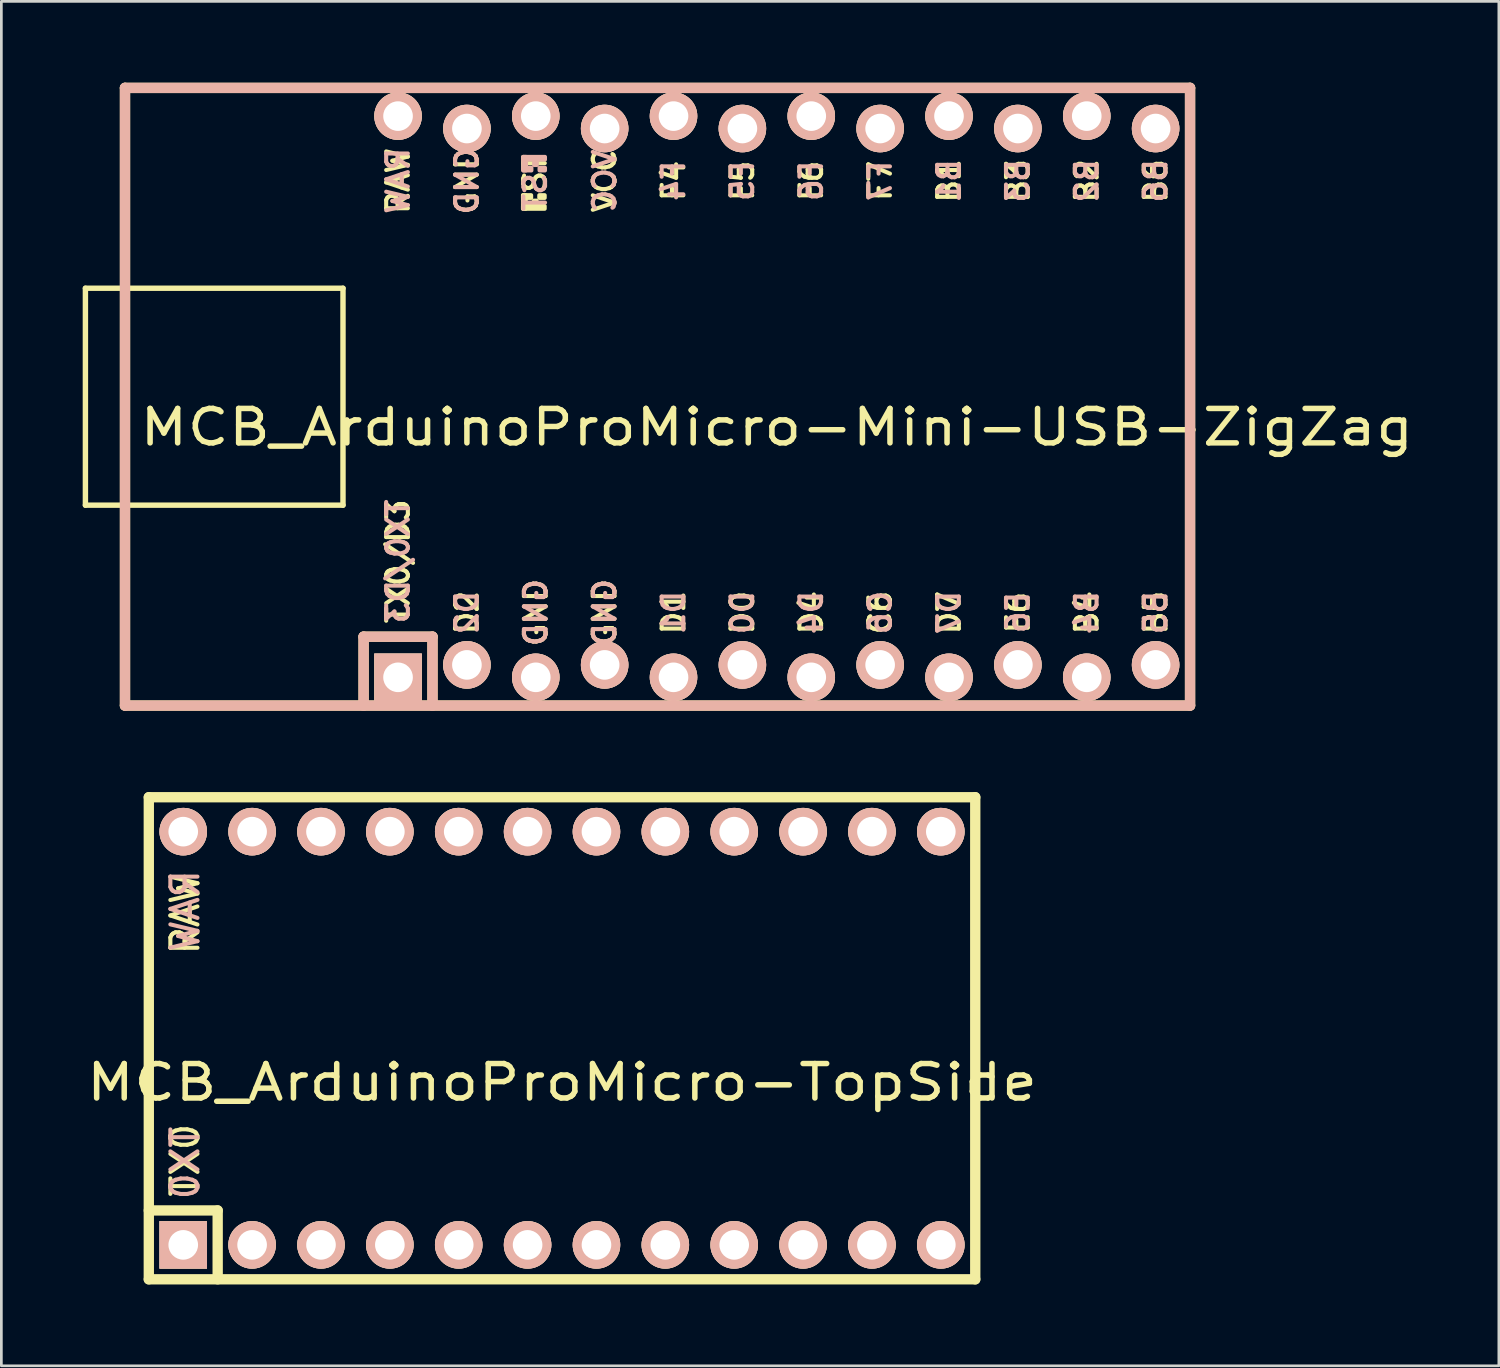
<source format=kicad_pcb>
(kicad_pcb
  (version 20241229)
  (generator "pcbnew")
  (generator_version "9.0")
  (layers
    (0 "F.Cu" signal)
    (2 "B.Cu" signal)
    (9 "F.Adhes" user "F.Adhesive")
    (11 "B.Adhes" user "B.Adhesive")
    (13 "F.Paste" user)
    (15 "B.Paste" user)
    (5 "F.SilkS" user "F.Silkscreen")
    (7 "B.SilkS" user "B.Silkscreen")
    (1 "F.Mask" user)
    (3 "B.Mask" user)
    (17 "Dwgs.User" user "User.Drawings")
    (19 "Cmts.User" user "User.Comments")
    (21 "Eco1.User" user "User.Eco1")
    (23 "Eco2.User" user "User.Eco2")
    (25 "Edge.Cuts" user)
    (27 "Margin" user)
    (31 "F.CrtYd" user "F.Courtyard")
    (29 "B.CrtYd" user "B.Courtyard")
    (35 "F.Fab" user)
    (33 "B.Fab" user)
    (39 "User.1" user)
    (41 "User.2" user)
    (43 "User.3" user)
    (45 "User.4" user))
  (footprint "MCB_ArduinoProMicro-Mini-USB-ZigZag"
    (layer "F.Cu")
    (at 25.6 11.581)
    (property "Reference" "MCB_ArduinoProMicro-Mini-USB-ZigZag" (at 0 1.125 0) (layer "F.SilkS") (effects (font (size 1.27 1.524) (thickness 0.203))))
    (attr through_hole)
    (fp_line (start -25.5 -4) (end -25.5 4) (stroke (width 0.2) (type solid)) (layer "F.SilkS"))
    (fp_line (start -25.5 4) (end -16 4) (stroke (width 0.2) (type solid)) (layer "F.SilkS"))
    (fp_line (start -24.04 -11.39) (end -24.04 11.39) (stroke (width 0.381) (type solid)) (layer "F.SilkS"))
    (fp_line (start -24.04 11.39) (end 15.24 11.39) (stroke (width 0.381) (type solid)) (layer "F.SilkS"))
    (fp_line (start -16 -4) (end -25.5 -4) (stroke (width 0.2) (type solid)) (layer "F.SilkS"))
    (fp_line (start -16 4) (end -16 -4) (stroke (width 0.2) (type solid)) (layer "F.SilkS"))
    (fp_line (start -15.24 8.85) (end -15.24 11.39) (stroke (width 0.381) (type solid)) (layer "F.SilkS"))
    (fp_line (start -15.24 8.85) (end -12.7 8.85) (stroke (width 0.381) (type solid)) (layer "F.SilkS"))
    (fp_line (start -12.7 8.85) (end -12.7 11.39) (stroke (width 0.381) (type solid)) (layer "F.SilkS"))
    (fp_line (start 15.24 -11.39) (end -24.04 -11.39) (stroke (width 0.381) (type solid)) (layer "F.SilkS"))
    (fp_line (start 15.24 11.39) (end 15.24 -11.39) (stroke (width 0.381) (type solid)) (layer "F.SilkS"))
    (fp_poly (pts (xy -9.361 -7.432) (xy -9.261 -7.432) (xy -9.261 -6.932) (xy -9.361 -6.932)) (stroke (width 0.15) (type solid)) (fill yes) (layer "F.SilkS"))
    (fp_poly (pts (xy -9.361 -7.432) (xy -9.061 -7.432) (xy -9.061 -7.332) (xy -9.361 -7.332)) (stroke (width 0.15) (type solid)) (fill yes) (layer "F.SilkS"))
    (fp_poly (pts (xy -9.361 -7.032) (xy -8.561 -7.032) (xy -8.561 -6.932) (xy -9.361 -6.932)) (stroke (width 0.15) (type solid)) (fill yes) (layer "F.SilkS"))
    (fp_poly (pts (xy -8.961 -7.232) (xy -8.861 -7.232) (xy -8.861 -7.132) (xy -8.961 -7.132)) (stroke (width 0.15) (type solid)) (fill yes) (layer "F.SilkS"))
    (fp_poly (pts (xy -8.761 -7.432) (xy -8.561 -7.432) (xy -8.561 -7.332) (xy -8.761 -7.332)) (stroke (width 0.15) (type solid)) (fill yes) (layer "F.SilkS"))
    (fp_line (start -24.04 -11.39) (end -24.04 11.39) (stroke (width 0.381) (type solid)) (layer "B.SilkS"))
    (fp_line (start -24.04 11.39) (end 15.24 11.39) (stroke (width 0.381) (type solid)) (layer "B.SilkS"))
    (fp_line (start -15.24 8.85) (end -15.24 11.39) (stroke (width 0.381) (type solid)) (layer "B.SilkS"))
    (fp_line (start -15.24 8.85) (end -12.7 8.85) (stroke (width 0.381) (type solid)) (layer "B.SilkS"))
    (fp_line (start -12.7 8.85) (end -12.7 11.39) (stroke (width 0.381) (type solid)) (layer "B.SilkS"))
    (fp_line (start 15.24 -11.39) (end -24.04 -11.39) (stroke (width 0.381) (type solid)) (layer "B.SilkS"))
    (fp_line (start 15.24 11.39) (end 15.24 -11.39) (stroke (width 0.381) (type solid)) (layer "B.SilkS"))
    (fp_poly (pts (xy -9.351 -8.745) (xy -8.551 -8.745) (xy -8.551 -8.845) (xy -9.351 -8.845)) (stroke (width 0.15) (type solid)) (fill yes) (layer "B.SilkS"))
    (fp_poly (pts (xy -9.351 -8.345) (xy -9.251 -8.345) (xy -9.251 -8.845) (xy -9.351 -8.845)) (stroke (width 0.15) (type solid)) (fill yes) (layer "B.SilkS"))
    (fp_poly (pts (xy -9.351 -8.345) (xy -9.051 -8.345) (xy -9.051 -8.445) (xy -9.351 -8.445)) (stroke (width 0.15) (type solid)) (fill yes) (layer "B.SilkS"))
    (fp_poly (pts (xy -8.951 -8.545) (xy -8.851 -8.545) (xy -8.851 -8.645) (xy -8.951 -8.645)) (stroke (width 0.15) (type solid)) (fill yes) (layer "B.SilkS"))
    (fp_poly (pts (xy -8.751 -8.345) (xy -8.551 -8.345) (xy -8.551 -8.445) (xy -8.751 -8.445)) (stroke (width 0.15) (type solid)) (fill yes) (layer "B.SilkS"))
    (fp_text user "B4" (at 11.43 7.961 90) (layer "F.SilkS") (effects (font (size 0.8 0.8) (thickness 0.15))))
    (fp_text user "GND" (at -11.43 -7.961 90) (layer "F.SilkS") (effects (font (size 0.8 0.8) (thickness 0.15))))
    (fp_text user "ST" (at -8.92 -8.233 90) (layer "F.SilkS") (effects (font (size 0.8 0.8) (thickness 0.15))))
    (fp_text user "B2" (at 11.43 -7.961 90) (layer "F.SilkS") (effects (font (size 0.8 0.8) (thickness 0.15))))
    (fp_text user "F6" (at 1.27 -7.961 90) (layer "F.SilkS") (effects (font (size 0.8 0.8) (thickness 0.15))))
    (fp_text user "B6" (at 13.97 -7.961 90) (layer "F.SilkS") (effects (font (size 0.8 0.8) (thickness 0.15))))
    (fp_text user "VCC" (at -6.35 -7.961 90) (layer "F.SilkS") (effects (font (size 0.8 0.8) (thickness 0.15))))
    (fp_text user "TX0/D3" (at -13.97 6.072 90) (layer "F.SilkS") (effects (font (size 0.8 0.8) (thickness 0.15))))
    (fp_text user "B5" (at 13.97 7.961 90) (layer "F.SilkS") (effects (font (size 0.8 0.8) (thickness 0.15))))
    (fp_text user "D4" (at 1.27 7.961 90) (layer "F.SilkS") (effects (font (size 0.8 0.8) (thickness 0.15))))
    (fp_text user "D1" (at -3.81 7.961 90) (layer "F.SilkS") (effects (font (size 0.8 0.8) (thickness 0.15))))
    (fp_text user "B1" (at 6.35 -7.961 90) (layer "F.SilkS") (effects (font (size 0.8 0.8) (thickness 0.15))))
    (fp_text user "GND" (at -6.35 7.961 90) (layer "F.SilkS") (effects (font (size 0.8 0.8) (thickness 0.15))))
    (fp_text user "RAW" (at -13.97 -7.961 90) (layer "F.SilkS") (effects (font (size 0.8 0.8) (thickness 0.15))))
    (fp_text user "C6" (at 3.81 7.961 90) (layer "F.SilkS") (effects (font (size 0.8 0.8) (thickness 0.15))))
    (fp_text user "GND" (at -8.89 7.961 90) (layer "F.SilkS") (effects (font (size 0.8 0.8) (thickness 0.15))))
    (fp_text user "F7" (at 3.81 -7.961 90) (layer "F.SilkS") (effects (font (size 0.8 0.8) (thickness 0.15))))
    (fp_text user "F4" (at -3.81 -7.961 90) (layer "F.SilkS") (effects (font (size 0.8 0.8) (thickness 0.15))))
    (fp_text user "D0" (at -1.27 7.961 90) (layer "F.SilkS") (effects (font (size 0.8 0.8) (thickness 0.15))))
    (fp_text user "F5" (at -1.27 -7.961 90) (layer "F.SilkS") (effects (font (size 0.8 0.8) (thickness 0.15))))
    (fp_text user "D2" (at -11.43 7.961 90) (layer "F.SilkS") (effects (font (size 0.8 0.8) (thickness 0.15))))
    (fp_text user "D7" (at 6.35 7.961 90) (layer "F.SilkS") (effects (font (size 0.8 0.8) (thickness 0.15))))
    (fp_text user "E6" (at 8.89 7.961 90) (layer "F.SilkS") (effects (font (size 0.8 0.8) (thickness 0.15))))
    (fp_text user "B3" (at 8.89 -7.961 90) (layer "F.SilkS") (effects (font (size 0.8 0.8) (thickness 0.15))))
    (fp_text user "C6" (at 3.81 7.961 90) (layer "B.SilkS") (effects (font (size 0.8 0.8) (thickness 0.15)) (justify mirror)))
    (fp_text user "RAW" (at -13.97 -7.961 90) (layer "B.SilkS") (effects (font (size 0.8 0.8) (thickness 0.15)) (justify mirror)))
    (fp_text user "E6" (at 8.89 7.961 90) (layer "B.SilkS") (effects (font (size 0.8 0.8) (thickness 0.15)) (justify mirror)))
    (fp_text user "B5" (at 13.97 7.961 90) (layer "B.SilkS") (effects (font (size 0.8 0.8) (thickness 0.15)) (justify mirror)))
    (fp_text user "GND" (at -8.89 7.961 90) (layer "B.SilkS") (effects (font (size 0.8 0.8) (thickness 0.15)) (justify mirror)))
    (fp_text user "VCC" (at -6.35 -7.961 90) (layer "B.SilkS") (effects (font (size 0.8 0.8) (thickness 0.15)) (justify mirror)))
    (fp_text user "D1" (at -3.81 7.961 90) (layer "B.SilkS") (effects (font (size 0.8 0.8) (thickness 0.15)) (justify mirror)))
    (fp_text user "TX0/D3" (at -13.97 6.072 90) (layer "B.SilkS") (effects (font (size 0.8 0.8) (thickness 0.15)) (justify mirror)))
    (fp_text user "D4" (at 1.27 7.961 90) (layer "B.SilkS") (effects (font (size 0.8 0.8) (thickness 0.15)) (justify mirror)))
    (fp_text user "D0" (at -1.27 7.961 90) (layer "B.SilkS") (effects (font (size 0.8 0.8) (thickness 0.15)) (justify mirror)))
    (fp_text user "D7" (at 6.35 7.961 90) (layer "B.SilkS") (effects (font (size 0.8 0.8) (thickness 0.15)) (justify mirror)))
    (fp_text user "B1" (at 6.35 -7.961 90) (layer "B.SilkS") (effects (font (size 0.8 0.8) (thickness 0.15)) (justify mirror)))
    (fp_text user "GND" (at -11.43 -7.961 90) (layer "B.SilkS") (effects (font (size 0.8 0.8) (thickness 0.15)) (justify mirror)))
    (fp_text user "B4" (at 11.43 7.961 90) (layer "B.SilkS") (effects (font (size 0.8 0.8) (thickness 0.15)) (justify mirror)))
    (fp_text user "ST" (at -8.91 -7.54 90) (layer "B.SilkS") (effects (font (size 0.8 0.8) (thickness 0.15)) (justify mirror)))
    (fp_text user "B3" (at 8.89 -7.961 90) (layer "B.SilkS") (effects (font (size 0.8 0.8) (thickness 0.15)) (justify mirror)))
    (fp_text user "F7" (at 3.81 -7.961 90) (layer "B.SilkS") (effects (font (size 0.8 0.8) (thickness 0.15)) (justify mirror)))
    (fp_text user "F4" (at -3.81 -7.961 90) (layer "B.SilkS") (effects (font (size 0.8 0.8) (thickness 0.15)) (justify mirror)))
    (fp_text user "F6" (at 1.27 -7.961 90) (layer "B.SilkS") (effects (font (size 0.8 0.8) (thickness 0.15)) (justify mirror)))
    (fp_text user "GND" (at -6.35 7.961 90) (layer "B.SilkS") (effects (font (size 0.8 0.8) (thickness 0.15)) (justify mirror)))
    (fp_text user "B6" (at 13.97 -7.961 90) (layer "B.SilkS") (effects (font (size 0.8 0.8) (thickness 0.15)) (justify mirror)))
    (fp_text user "F5" (at -1.27 -7.961 90) (layer "B.SilkS") (effects (font (size 0.8 0.8) (thickness 0.15)) (justify mirror)))
    (fp_text user "B2" (at 11.43 -7.961 90) (layer "B.SilkS") (effects (font (size 0.8 0.8) (thickness 0.15)) (justify mirror)))
    (fp_text user "D2" (at -11.43 7.961 90) (layer "B.SilkS") (effects (font (size 0.8 0.8) (thickness 0.15)) (justify mirror)))
    (pad "1" thru_hole rect (at -13.97 10.349) (size 1.753 1.753) (drill 1.092) (layers "*.Cu" "*.SilkS" "*.Mask"))
    (pad "2" thru_hole circle (at -11.43 9.891) (size 1.753 1.753) (drill 1.092) (layers "*.Cu" "*.SilkS" "*.Mask"))
    (pad "3" thru_hole circle (at -8.89 10.349) (size 1.753 1.753) (drill 1.092) (layers "*.Cu" "*.SilkS" "*.Mask"))
    (pad "4" thru_hole circle (at -6.35 9.891) (size 1.753 1.753) (drill 1.092) (layers "*.Cu" "*.SilkS" "*.Mask"))
    (pad "5" thru_hole circle (at -3.81 10.349) (size 1.753 1.753) (drill 1.092) (layers "*.Cu" "*.SilkS" "*.Mask"))
    (pad "6" thru_hole circle (at -1.27 9.891) (size 1.753 1.753) (drill 1.092) (layers "*.Cu" "*.SilkS" "*.Mask"))
    (pad "7" thru_hole circle (at 1.27 10.349) (size 1.753 1.753) (drill 1.092) (layers "*.Cu" "*.SilkS" "*.Mask"))
    (pad "8" thru_hole circle (at 3.81 9.891) (size 1.753 1.753) (drill 1.092) (layers "*.Cu" "*.SilkS" "*.Mask"))
    (pad "9" thru_hole circle (at 6.35 10.349) (size 1.753 1.753) (drill 1.092) (layers "*.Cu" "*.SilkS" "*.Mask"))
    (pad "10" thru_hole circle (at 8.89 9.891) (size 1.753 1.753) (drill 1.092) (layers "*.Cu" "*.SilkS" "*.Mask"))
    (pad "11" thru_hole circle (at 11.43 10.349) (size 1.753 1.753) (drill 1.092) (layers "*.Cu" "*.SilkS" "*.Mask"))
    (pad "12" thru_hole circle (at 13.97 9.891) (size 1.753 1.753) (drill 1.092) (layers "*.Cu" "*.SilkS" "*.Mask"))
    (pad "13" thru_hole circle (at 13.97 -9.891) (size 1.753 1.753) (drill 1.092) (layers "*.Cu" "*.SilkS" "*.Mask"))
    (pad "14" thru_hole circle (at 11.43 -10.349) (size 1.753 1.753) (drill 1.092) (layers "*.Cu" "*.SilkS" "*.Mask"))
    (pad "15" thru_hole circle (at 8.89 -9.891) (size 1.753 1.753) (drill 1.092) (layers "*.Cu" "*.SilkS" "*.Mask"))
    (pad "16" thru_hole circle (at 6.35 -10.349) (size 1.753 1.753) (drill 1.092) (layers "*.Cu" "*.SilkS" "*.Mask"))
    (pad "17" thru_hole circle (at 3.81 -9.891) (size 1.753 1.753) (drill 1.092) (layers "*.Cu" "*.SilkS" "*.Mask"))
    (pad "18" thru_hole circle (at 1.27 -10.349) (size 1.753 1.753) (drill 1.092) (layers "*.Cu" "*.SilkS" "*.Mask"))
    (pad "19" thru_hole circle (at -1.27 -9.891) (size 1.753 1.753) (drill 1.092) (layers "*.Cu" "*.SilkS" "*.Mask"))
    (pad "20" thru_hole circle (at -3.81 -10.349) (size 1.753 1.753) (drill 1.092) (layers "*.Cu" "*.SilkS" "*.Mask"))
    (pad "21" thru_hole circle (at -6.35 -9.891) (size 1.753 1.753) (drill 1.092) (layers "*.Cu" "*.SilkS" "*.Mask"))
    (pad "22" thru_hole circle (at -8.89 -10.349) (size 1.753 1.753) (drill 1.092) (layers "*.Cu" "*.SilkS" "*.Mask"))
    (pad "23" thru_hole circle (at -11.43 -9.891) (size 1.753 1.753) (drill 1.092) (layers "*.Cu" "*.SilkS" "*.Mask"))
    (pad "24" thru_hole circle (at -13.97 -10.349) (size 1.753 1.753) (drill 1.092) (layers "*.Cu" "*.SilkS" "*.Mask")))
  (footprint "MCB_ArduinoProMicro-TopSide"
    (layer "F.Cu")
    (at 17.678 35.242)
    (property "Reference" "MCB_ArduinoProMicro-TopSide" (at 0 1.625 0) (layer "F.SilkS") (effects (font (size 1.27 1.524) (thickness 0.203))))
    (attr through_hole)
    (fp_line (start -15.24 -8.89) (end -15.24 8.89) (stroke (width 0.381) (type solid)) (layer "F.SilkS"))
    (fp_line (start -15.24 6.35) (end -12.7 6.35) (stroke (width 0.381) (type solid)) (layer "F.SilkS"))
    (fp_line (start -15.24 8.89) (end 15.24 8.89) (stroke (width 0.381) (type solid)) (layer "F.SilkS"))
    (fp_line (start -12.7 6.35) (end -12.7 8.89) (stroke (width 0.381) (type solid)) (layer "F.SilkS"))
    (fp_line (start 15.24 -8.89) (end -15.24 -8.89) (stroke (width 0.381) (type solid)) (layer "F.SilkS"))
    (fp_line (start 15.24 8.89) (end 15.24 -8.89) (stroke (width 0.381) (type solid)) (layer "F.SilkS"))
    (fp_text user "TX0" (at -13.9 4.5 90) (layer "F.SilkS") (effects (font (size 1 1) (thickness 0.15))))
    (fp_text user "RAW" (at -13.9 -4.6 90) (layer "F.SilkS") (effects (font (size 1 1) (thickness 0.15))))
    (fp_text user "RAW" (at -13.9 -4.7 90) (layer "B.SilkS") (effects (font (size 1 1) (thickness 0.15)) (justify mirror)))
    (fp_text user "TX0" (at -13.9 4.6 90) (layer "B.SilkS") (effects (font (size 1 1) (thickness 0.15)) (justify mirror)))
    (pad "1" thru_hole rect (at -13.97 7.62) (size 1.753 1.753) (drill 1.092) (layers "*.Cu" "*.SilkS" "*.Mask"))
    (pad "2" thru_hole circle (at -11.43 7.62) (size 1.753 1.753) (drill 1.092) (layers "*.Cu" "*.SilkS" "*.Mask"))
    (pad "3" thru_hole circle (at -8.89 7.62) (size 1.753 1.753) (drill 1.092) (layers "*.Cu" "*.SilkS" "*.Mask"))
    (pad "4" thru_hole circle (at -6.35 7.62) (size 1.753 1.753) (drill 1.092) (layers "*.Cu" "*.SilkS" "*.Mask"))
    (pad "5" thru_hole circle (at -3.81 7.62) (size 1.753 1.753) (drill 1.092) (layers "*.Cu" "*.SilkS" "*.Mask"))
    (pad "6" thru_hole circle (at -1.27 7.62) (size 1.753 1.753) (drill 1.092) (layers "*.Cu" "*.SilkS" "*.Mask"))
    (pad "7" thru_hole circle (at 1.27 7.62) (size 1.753 1.753) (drill 1.092) (layers "*.Cu" "*.SilkS" "*.Mask"))
    (pad "8" thru_hole circle (at 3.81 7.62) (size 1.753 1.753) (drill 1.092) (layers "*.Cu" "*.SilkS" "*.Mask"))
    (pad "9" thru_hole circle (at 6.35 7.62) (size 1.753 1.753) (drill 1.092) (layers "*.Cu" "*.SilkS" "*.Mask"))
    (pad "10" thru_hole circle (at 8.89 7.62) (size 1.753 1.753) (drill 1.092) (layers "*.Cu" "*.SilkS" "*.Mask"))
    (pad "11" thru_hole circle (at 11.43 7.62) (size 1.753 1.753) (drill 1.092) (layers "*.Cu" "*.SilkS" "*.Mask"))
    (pad "12" thru_hole circle (at 13.97 7.62) (size 1.753 1.753) (drill 1.092) (layers "*.Cu" "*.SilkS" "*.Mask"))
    (pad "13" thru_hole circle (at 13.97 -7.62) (size 1.753 1.753) (drill 1.092) (layers "*.Cu" "*.SilkS" "*.Mask"))
    (pad "14" thru_hole circle (at 11.43 -7.62) (size 1.753 1.753) (drill 1.092) (layers "*.Cu" "*.SilkS" "*.Mask"))
    (pad "15" thru_hole circle (at 8.89 -7.62) (size 1.753 1.753) (drill 1.092) (layers "*.Cu" "*.SilkS" "*.Mask"))
    (pad "16" thru_hole circle (at 6.35 -7.62) (size 1.753 1.753) (drill 1.092) (layers "*.Cu" "*.SilkS" "*.Mask"))
    (pad "17" thru_hole circle (at 3.81 -7.62) (size 1.753 1.753) (drill 1.092) (layers "*.Cu" "*.SilkS" "*.Mask"))
    (pad "18" thru_hole circle (at 1.27 -7.62) (size 1.753 1.753) (drill 1.092) (layers "*.Cu" "*.SilkS" "*.Mask"))
    (pad "19" thru_hole circle (at -1.27 -7.62) (size 1.753 1.753) (drill 1.092) (layers "*.Cu" "*.SilkS" "*.Mask"))
    (pad "20" thru_hole circle (at -3.81 -7.62) (size 1.753 1.753) (drill 1.092) (layers "*.Cu" "*.SilkS" "*.Mask"))
    (pad "21" thru_hole circle (at -6.35 -7.62) (size 1.753 1.753) (drill 1.092) (layers "*.Cu" "*.SilkS" "*.Mask"))
    (pad "22" thru_hole circle (at -8.89 -7.62) (size 1.753 1.753) (drill 1.092) (layers "*.Cu" "*.SilkS" "*.Mask"))
    (pad "23" thru_hole circle (at -11.43 -7.62) (size 1.753 1.753) (drill 1.092) (layers "*.Cu" "*.SilkS" "*.Mask"))
    (pad "24" thru_hole circle (at -13.97 -7.62) (size 1.753 1.753) (drill 1.092) (layers "*.Cu" "*.SilkS" "*.Mask")))
  (gr_rect
    (start -3 -3)
    (end 52.229 47.322)
    (stroke (width 0.1) (type default))
    (fill no)
    (layer "Edge.Cuts")))
</source>
